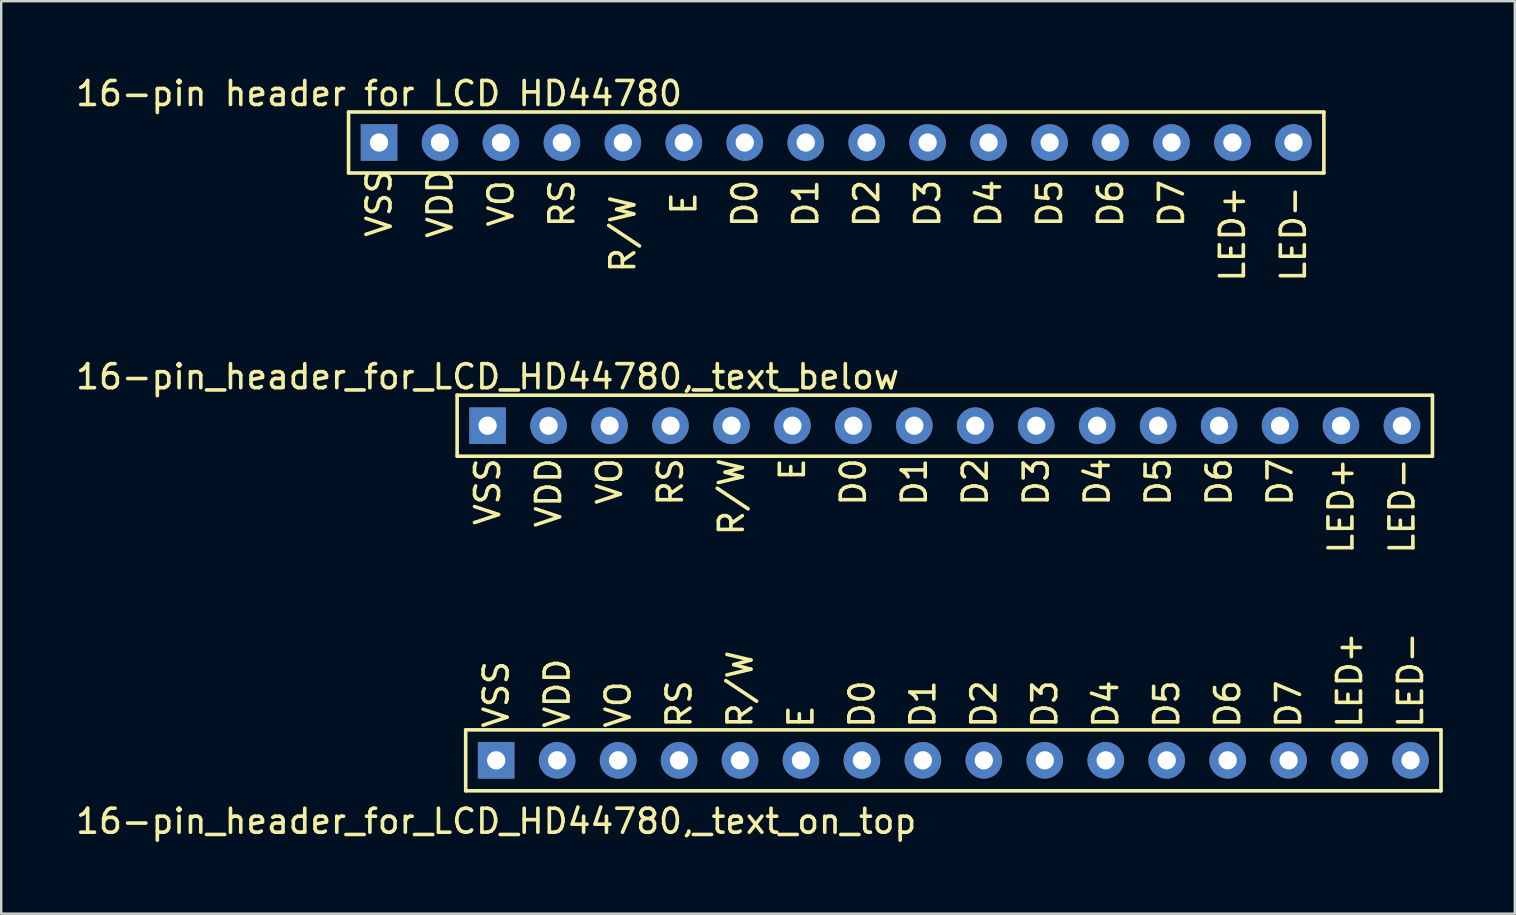
<source format=kicad_pcb>
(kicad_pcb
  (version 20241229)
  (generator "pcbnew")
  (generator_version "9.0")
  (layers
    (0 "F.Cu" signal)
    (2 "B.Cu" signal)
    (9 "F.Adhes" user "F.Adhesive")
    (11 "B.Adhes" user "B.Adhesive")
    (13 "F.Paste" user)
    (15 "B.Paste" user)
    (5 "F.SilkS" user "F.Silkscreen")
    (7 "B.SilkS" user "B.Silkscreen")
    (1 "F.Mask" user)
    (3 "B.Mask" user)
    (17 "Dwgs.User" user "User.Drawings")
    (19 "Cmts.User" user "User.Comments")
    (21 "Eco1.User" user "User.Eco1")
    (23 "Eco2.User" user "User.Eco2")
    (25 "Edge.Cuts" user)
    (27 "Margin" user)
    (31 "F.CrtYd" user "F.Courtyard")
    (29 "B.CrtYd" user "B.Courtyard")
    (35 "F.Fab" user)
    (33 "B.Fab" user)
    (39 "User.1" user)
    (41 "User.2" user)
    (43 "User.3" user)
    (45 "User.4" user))
  (footprint "16-pin_header_for_LCD_HD44780,_text_below"
    (layer "F.Cu")
    (at 17.268 14.688)
    (property "Reference" "16-pin_header_for_LCD_HD44780,_text_below" (at 0 -2.04 0) (layer "F.SilkS") (effects (font (size 1 1) (thickness 0.15))))
    (attr through_hole)
    (fp_line (start -1.27 -1.27) (end -1.27 1.27) (stroke (width 0.15) (type solid)) (layer "F.SilkS"))
    (fp_line (start -1.27 1.27) (end 39.37 1.27) (stroke (width 0.15) (type solid)) (layer "F.SilkS"))
    (fp_line (start 39.37 -1.27) (end -1.27 -1.27) (stroke (width 0.15) (type solid)) (layer "F.SilkS"))
    (fp_line (start 39.37 1.27) (end 39.37 -1.27) (stroke (width 0.15) (type solid)) (layer "F.SilkS"))
    (fp_text user "D5" (at 27.94 1.27 90) (layer "F.SilkS") (effects (font (size 1 1) (thickness 0.15)) (justify right)))
    (fp_text user "LED+" (at 35.56 1.27 90) (layer "F.SilkS") (effects (font (size 1 1) (thickness 0.15)) (justify right)))
    (fp_text user "D3" (at 22.86 1.27 90) (layer "F.SilkS") (effects (font (size 1 1) (thickness 0.15)) (justify right)))
    (fp_text user "VDD" (at 2.54 1.27 90) (layer "F.SilkS") (effects (font (size 1 1) (thickness 0.15)) (justify right)))
    (fp_text user "RS" (at 7.62 1.27 90) (layer "F.SilkS") (effects (font (size 1 1) (thickness 0.15)) (justify right)))
    (fp_text user "VSS" (at 0 1.27 90) (layer "F.SilkS") (effects (font (size 1 1) (thickness 0.15)) (justify right)))
    (fp_text user "D1" (at 17.78 1.27 90) (layer "F.SilkS") (effects (font (size 1 1) (thickness 0.15)) (justify right)))
    (fp_text user "D2" (at 20.32 1.27 90) (layer "F.SilkS") (effects (font (size 1 1) (thickness 0.15)) (justify right)))
    (fp_text user "D6" (at 30.48 1.27 90) (layer "F.SilkS") (effects (font (size 1 1) (thickness 0.15)) (justify right)))
    (fp_text user "D4" (at 25.4 1.27 90) (layer "F.SilkS") (effects (font (size 1 1) (thickness 0.15)) (justify right)))
    (fp_text user "VO" (at 5.08 1.27 90) (layer "F.SilkS") (effects (font (size 1 1) (thickness 0.15)) (justify right)))
    (fp_text user "D0" (at 15.24 1.27 90) (layer "F.SilkS") (effects (font (size 1 1) (thickness 0.15)) (justify right)))
    (fp_text user "E" (at 12.7 1.27 90) (layer "F.SilkS") (effects (font (size 1 1) (thickness 0.15)) (justify right)))
    (fp_text user "R/W" (at 10.16 1.27 90) (layer "F.SilkS") (effects (font (size 1 1) (thickness 0.15)) (justify right)))
    (fp_text user "D7" (at 33.02 1.27 90) (layer "F.SilkS") (effects (font (size 1 1) (thickness 0.15)) (justify right)))
    (fp_text user "LED-" (at 38.1 1.27 90) (layer "F.SilkS") (effects (font (size 1 1) (thickness 0.15)) (justify right)))
    (pad "1" thru_hole rect (at 0 0) (size 1.524 1.524) (drill 0.762) (layers "*.Cu" "*.Mask"))
    (pad "2" thru_hole circle (at 2.54 0) (size 1.524 1.524) (drill 0.762) (layers "*.Cu" "*.Mask"))
    (pad "3" thru_hole circle (at 5.08 0) (size 1.524 1.524) (drill 0.762) (layers "*.Cu" "*.Mask"))
    (pad "4" thru_hole circle (at 7.62 0) (size 1.524 1.524) (drill 0.762) (layers "*.Cu" "*.Mask"))
    (pad "5" thru_hole circle (at 10.16 0) (size 1.524 1.524) (drill 0.762) (layers "*.Cu" "*.Mask"))
    (pad "6" thru_hole circle (at 12.7 0) (size 1.524 1.524) (drill 0.762) (layers "*.Cu" "*.Mask"))
    (pad "7" thru_hole circle (at 15.24 0) (size 1.524 1.524) (drill 0.762) (layers "*.Cu" "*.Mask"))
    (pad "8" thru_hole circle (at 17.78 0) (size 1.524 1.524) (drill 0.762) (layers "*.Cu" "*.Mask"))
    (pad "9" thru_hole circle (at 20.32 0) (size 1.524 1.524) (drill 0.762) (layers "*.Cu" "*.Mask"))
    (pad "10" thru_hole circle (at 22.86 0) (size 1.524 1.524) (drill 0.762) (layers "*.Cu" "*.Mask"))
    (pad "11" thru_hole circle (at 25.4 0) (size 1.524 1.524) (drill 0.762) (layers "*.Cu" "*.Mask"))
    (pad "12" thru_hole circle (at 27.94 0) (size 1.524 1.524) (drill 0.762) (layers "*.Cu" "*.Mask"))
    (pad "13" thru_hole circle (at 30.48 0) (size 1.524 1.524) (drill 0.762) (layers "*.Cu" "*.Mask"))
    (pad "14" thru_hole circle (at 33.02 0) (size 1.524 1.524) (drill 0.762) (layers "*.Cu" "*.Mask"))
    (pad "15" thru_hole circle (at 35.56 0) (size 1.524 1.524) (drill 0.762) (layers "*.Cu" "*.Mask"))
    (pad "16" thru_hole circle (at 38.1 0) (size 1.524 1.524) (drill 0.762) (layers "*.Cu" "*.Mask")))
  (footprint "16-pin_header_for_LCD_HD44780,_text_on_top"
    (layer "F.Cu")
    (at 17.625 28.632)
    (property "Reference" "16-pin_header_for_LCD_HD44780,_text_on_top" (at 0 2.54 0) (layer "F.SilkS") (effects (font (size 1 1) (thickness 0.15))))
    (attr through_hole)
    (fp_line (start -1.27 -1.27) (end -1.27 1.27) (stroke (width 0.15) (type solid)) (layer "F.SilkS"))
    (fp_line (start -1.27 1.27) (end 39.37 1.27) (stroke (width 0.15) (type solid)) (layer "F.SilkS"))
    (fp_line (start 39.37 -1.27) (end -1.27 -1.27) (stroke (width 0.15) (type solid)) (layer "F.SilkS"))
    (fp_line (start 39.37 1.27) (end 39.37 -1.27) (stroke (width 0.15) (type solid)) (layer "F.SilkS"))
    (fp_text user "VSS" (at 0 -1.27 90) (layer "F.SilkS") (effects (font (size 1 1) (thickness 0.15)) (justify left)))
    (fp_text user "D4" (at 25.4 -1.27 90) (layer "F.SilkS") (effects (font (size 1 1) (thickness 0.15)) (justify left)))
    (fp_text user "D0" (at 15.24 -1.27 90) (layer "F.SilkS") (effects (font (size 1 1) (thickness 0.15)) (justify left)))
    (fp_text user "E" (at 12.7 -1.27 90) (layer "F.SilkS") (effects (font (size 1 1) (thickness 0.15)) (justify left)))
    (fp_text user "D1" (at 17.78 -1.27 90) (layer "F.SilkS") (effects (font (size 1 1) (thickness 0.15)) (justify left)))
    (fp_text user "VO" (at 5.08 -1.27 90) (layer "F.SilkS") (effects (font (size 1 1) (thickness 0.15)) (justify left)))
    (fp_text user "LED-" (at 38.1 -1.27 90) (layer "F.SilkS") (effects (font (size 1 1) (thickness 0.15)) (justify left)))
    (fp_text user "VDD" (at 2.54 -1.27 90) (layer "F.SilkS") (effects (font (size 1 1) (thickness 0.15)) (justify left)))
    (fp_text user "D5" (at 27.94 -1.27 90) (layer "F.SilkS") (effects (font (size 1 1) (thickness 0.15)) (justify left)))
    (fp_text user "LED+" (at 35.56 -1.27 90) (layer "F.SilkS") (effects (font (size 1 1) (thickness 0.15)) (justify left)))
    (fp_text user "RS" (at 7.62 -1.27 90) (layer "F.SilkS") (effects (font (size 1 1) (thickness 0.15)) (justify left)))
    (fp_text user "D3" (at 22.86 -1.27 90) (layer "F.SilkS") (effects (font (size 1 1) (thickness 0.15)) (justify left)))
    (fp_text user "D6" (at 30.48 -1.27 90) (layer "F.SilkS") (effects (font (size 1 1) (thickness 0.15)) (justify left)))
    (fp_text user "R/W" (at 10.16 -1.27 90) (layer "F.SilkS") (effects (font (size 1 1) (thickness 0.15)) (justify left)))
    (fp_text user "D2" (at 20.32 -1.27 90) (layer "F.SilkS") (effects (font (size 1 1) (thickness 0.15)) (justify left)))
    (fp_text user "D7" (at 33.02 -1.27 90) (layer "F.SilkS") (effects (font (size 1 1) (thickness 0.15)) (justify left)))
    (pad "1" thru_hole rect (at 0 0) (size 1.524 1.524) (drill 0.762) (layers "*.Cu" "*.Mask"))
    (pad "2" thru_hole circle (at 2.54 0) (size 1.524 1.524) (drill 0.762) (layers "*.Cu" "*.Mask"))
    (pad "3" thru_hole circle (at 5.08 0) (size 1.524 1.524) (drill 0.762) (layers "*.Cu" "*.Mask"))
    (pad "4" thru_hole circle (at 7.62 0) (size 1.524 1.524) (drill 0.762) (layers "*.Cu" "*.Mask"))
    (pad "5" thru_hole circle (at 10.16 0) (size 1.524 1.524) (drill 0.762) (layers "*.Cu" "*.Mask"))
    (pad "6" thru_hole circle (at 12.7 0) (size 1.524 1.524) (drill 0.762) (layers "*.Cu" "*.Mask"))
    (pad "7" thru_hole circle (at 15.24 0) (size 1.524 1.524) (drill 0.762) (layers "*.Cu" "*.Mask"))
    (pad "8" thru_hole circle (at 17.78 0) (size 1.524 1.524) (drill 0.762) (layers "*.Cu" "*.Mask"))
    (pad "9" thru_hole circle (at 20.32 0) (size 1.524 1.524) (drill 0.762) (layers "*.Cu" "*.Mask"))
    (pad "10" thru_hole circle (at 22.86 0) (size 1.524 1.524) (drill 0.762) (layers "*.Cu" "*.Mask"))
    (pad "11" thru_hole circle (at 25.4 0) (size 1.524 1.524) (drill 0.762) (layers "*.Cu" "*.Mask"))
    (pad "12" thru_hole circle (at 27.94 0) (size 1.524 1.524) (drill 0.762) (layers "*.Cu" "*.Mask"))
    (pad "13" thru_hole circle (at 30.48 0) (size 1.524 1.524) (drill 0.762) (layers "*.Cu" "*.Mask"))
    (pad "14" thru_hole circle (at 33.02 0) (size 1.524 1.524) (drill 0.762) (layers "*.Cu" "*.Mask"))
    (pad "15" thru_hole circle (at 35.56 0) (size 1.524 1.524) (drill 0.762) (layers "*.Cu" "*.Mask"))
    (pad "16" thru_hole circle (at 38.1 0) (size 1.524 1.524) (drill 0.762) (layers "*.Cu" "*.Mask")))
  (footprint "16-pin header for LCD HD44780"
    (layer "F.Cu")
    (at 12.744 0.348)
    (property "Reference" "16-pin header for LCD HD44780" (at 0 0.5 0) (layer "F.SilkS") (effects (font (size 1 1) (thickness 0.15))))
    (attr through_hole)
    (fp_line (start -1.27 1.27) (end -1.27 3.81) (stroke (width 0.15) (type solid)) (layer "F.SilkS"))
    (fp_line (start -1.27 3.81) (end 39.37 3.81) (stroke (width 0.15) (type solid)) (layer "F.SilkS"))
    (fp_line (start 39.37 1.27) (end -1.27 1.27) (stroke (width 0.15) (type solid)) (layer "F.SilkS"))
    (fp_line (start 39.37 3.81) (end 39.37 1.27) (stroke (width 0.15) (type solid)) (layer "F.SilkS"))
    (fp_text user "LED-" (at 38.1 6.35 90) (layer "F.SilkS") (effects (font (size 1 1) (thickness 0.15))))
    (fp_text user "R/W" (at 10.16 6.35 90) (layer "F.SilkS") (effects (font (size 1 1) (thickness 0.15))))
    (fp_text user "D2" (at 20.32 5.08 90) (layer "F.SilkS") (effects (font (size 1 1) (thickness 0.15))))
    (fp_text user "LED+" (at 35.56 6.35 90) (layer "F.SilkS") (effects (font (size 1 1) (thickness 0.15))))
    (fp_text user "D6" (at 30.48 5.08 90) (layer "F.SilkS") (effects (font (size 1 1) (thickness 0.15))))
    (fp_text user "D4" (at 25.4 5.08 90) (layer "F.SilkS") (effects (font (size 1 1) (thickness 0.15))))
    (fp_text user "D7" (at 33.02 5.08 90) (layer "F.SilkS") (effects (font (size 1 1) (thickness 0.15))))
    (fp_text user "VDD" (at 2.54 5.08 90) (layer "F.SilkS") (effects (font (size 1 1) (thickness 0.15))))
    (fp_text user "VO" (at 5.08 5.08 90) (layer "F.SilkS") (effects (font (size 1 1) (thickness 0.15))))
    (fp_text user "RS" (at 7.62 5.08 90) (layer "F.SilkS") (effects (font (size 1 1) (thickness 0.15))))
    (fp_text user "E" (at 12.7 5.08 90) (layer "F.SilkS") (effects (font (size 1 1) (thickness 0.15))))
    (fp_text user "D3" (at 22.86 5.08 90) (layer "F.SilkS") (effects (font (size 1 1) (thickness 0.15))))
    (fp_text user "D0" (at 15.24 5.08 90) (layer "F.SilkS") (effects (font (size 1 1) (thickness 0.15))))
    (fp_text user "VSS" (at 0 5.08 90) (layer "F.SilkS") (effects (font (size 1 1) (thickness 0.15))))
    (fp_text user "D5" (at 27.94 5.08 90) (layer "F.SilkS") (effects (font (size 1 1) (thickness 0.15))))
    (fp_text user "D1" (at 17.78 5.08 90) (layer "F.SilkS") (effects (font (size 1 1) (thickness 0.15))))
    (pad "1" thru_hole rect (at 0 2.54) (size 1.524 1.524) (drill 0.762) (layers "*.Cu" "*.Mask"))
    (pad "2" thru_hole circle (at 2.54 2.54) (size 1.524 1.524) (drill 0.762) (layers "*.Cu" "*.Mask"))
    (pad "3" thru_hole circle (at 5.08 2.54) (size 1.524 1.524) (drill 0.762) (layers "*.Cu" "*.Mask"))
    (pad "4" thru_hole circle (at 7.62 2.54) (size 1.524 1.524) (drill 0.762) (layers "*.Cu" "*.Mask"))
    (pad "5" thru_hole circle (at 10.16 2.54) (size 1.524 1.524) (drill 0.762) (layers "*.Cu" "*.Mask"))
    (pad "6" thru_hole circle (at 12.7 2.54) (size 1.524 1.524) (drill 0.762) (layers "*.Cu" "*.Mask"))
    (pad "7" thru_hole circle (at 15.24 2.54) (size 1.524 1.524) (drill 0.762) (layers "*.Cu" "*.Mask"))
    (pad "8" thru_hole circle (at 17.78 2.54) (size 1.524 1.524) (drill 0.762) (layers "*.Cu" "*.Mask"))
    (pad "9" thru_hole circle (at 20.32 2.54) (size 1.524 1.524) (drill 0.762) (layers "*.Cu" "*.Mask"))
    (pad "10" thru_hole circle (at 22.86 2.54) (size 1.524 1.524) (drill 0.762) (layers "*.Cu" "*.Mask"))
    (pad "11" thru_hole circle (at 25.4 2.54) (size 1.524 1.524) (drill 0.762) (layers "*.Cu" "*.Mask"))
    (pad "12" thru_hole circle (at 27.94 2.54) (size 1.524 1.524) (drill 0.762) (layers "*.Cu" "*.Mask"))
    (pad "13" thru_hole circle (at 30.48 2.54) (size 1.524 1.524) (drill 0.762) (layers "*.Cu" "*.Mask"))
    (pad "14" thru_hole circle (at 33.02 2.54) (size 1.524 1.524) (drill 0.762) (layers "*.Cu" "*.Mask"))
    (pad "15" thru_hole circle (at 35.56 2.54) (size 1.524 1.524) (drill 0.762) (layers "*.Cu" "*.Mask"))
    (pad "16" thru_hole circle (at 38.1 2.54) (size 1.524 1.524) (drill 0.762) (layers "*.Cu" "*.Mask")))
  (gr_rect
    (start -3 -3)
    (end 60.07 35.021)
    (stroke (width 0.1) (type default))
    (fill no)
    (layer "Edge.Cuts")))
</source>
